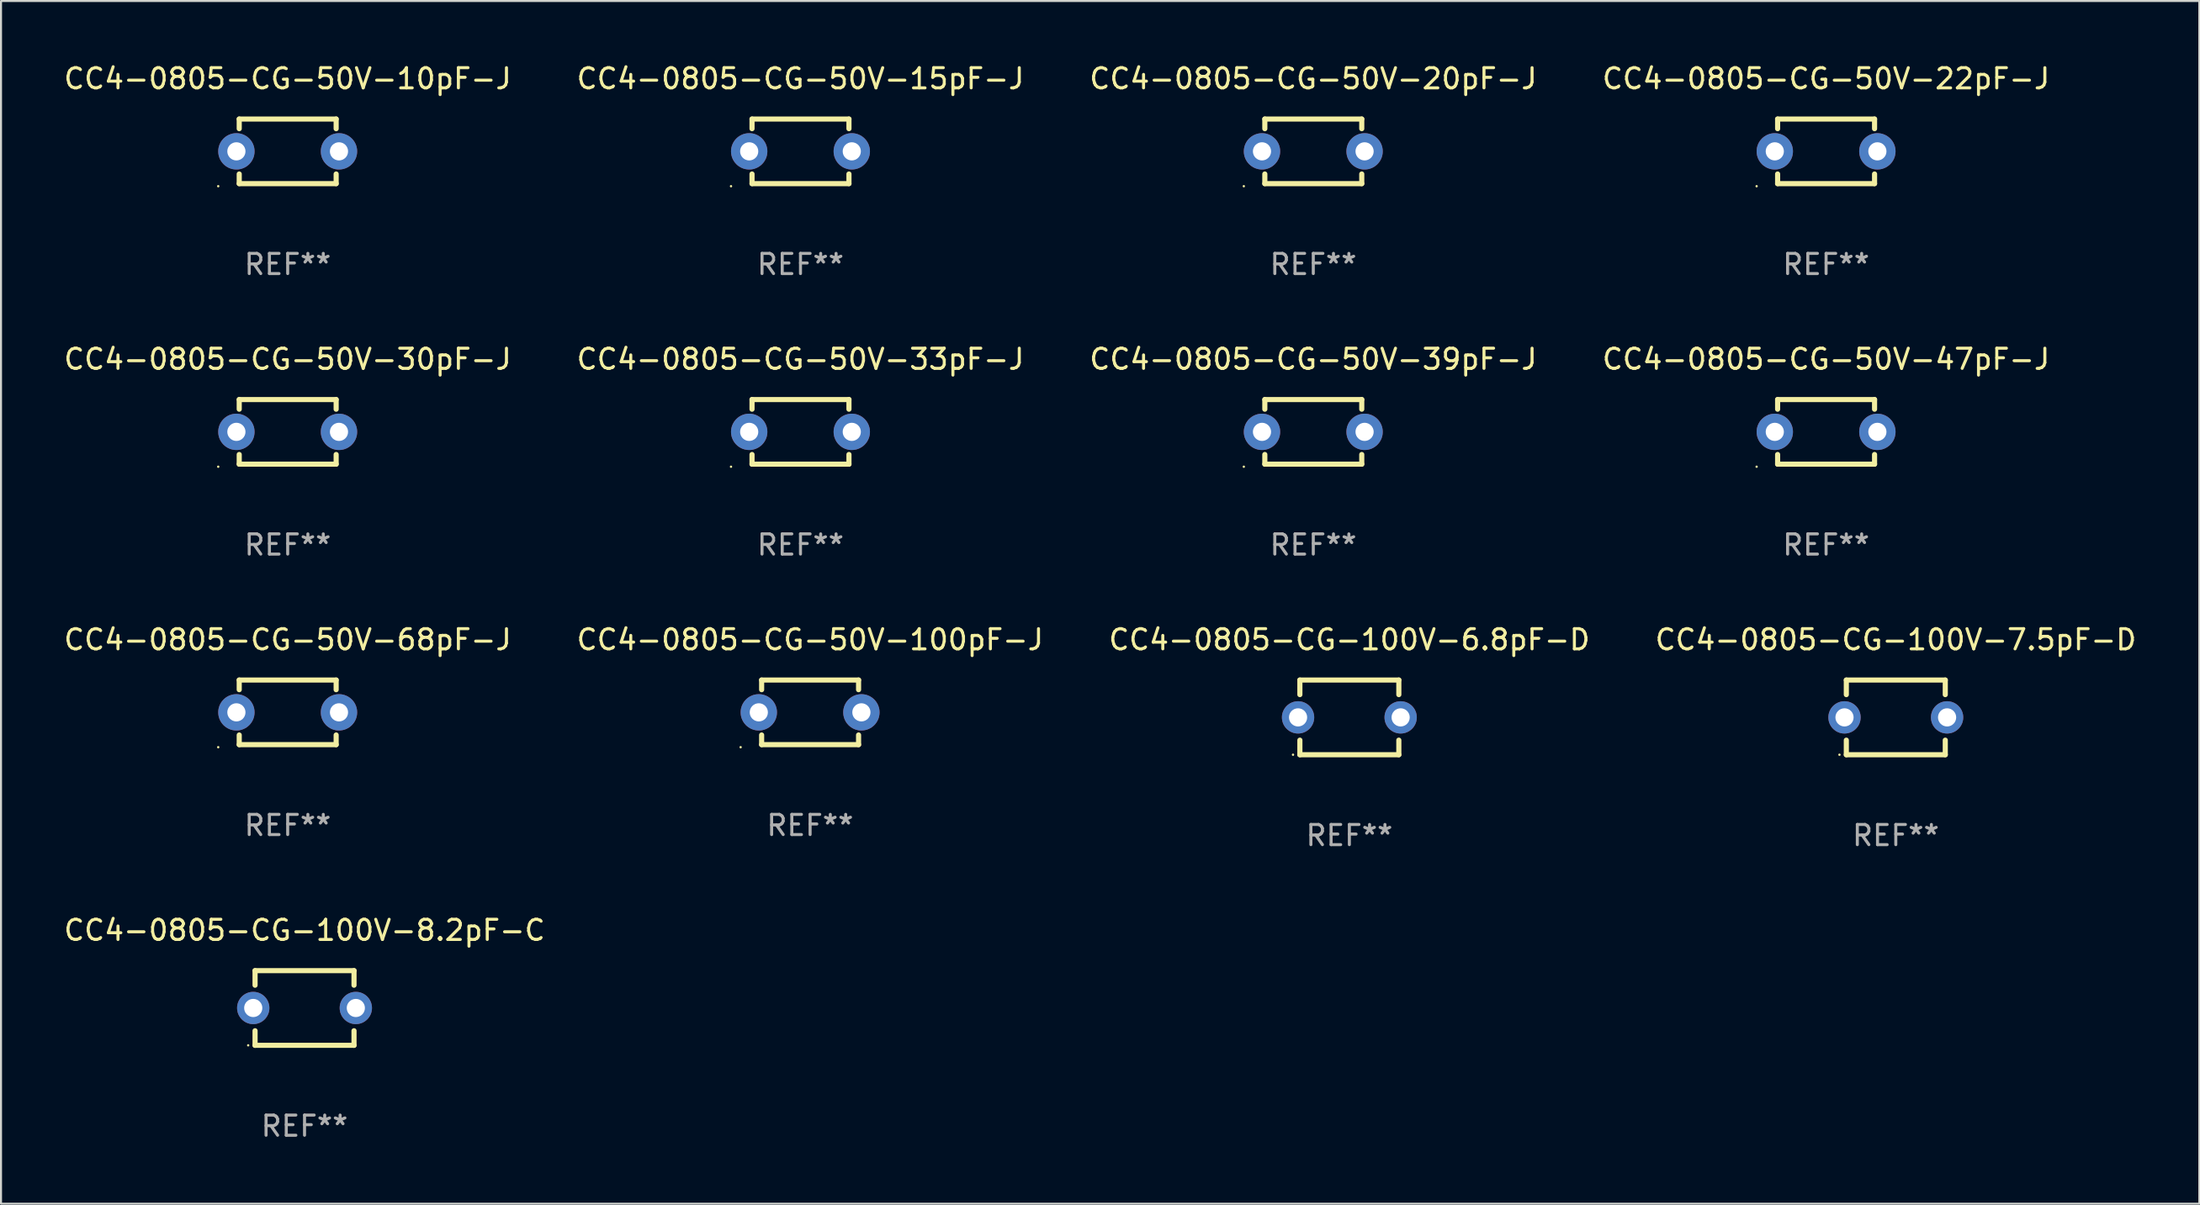
<source format=kicad_pcb>
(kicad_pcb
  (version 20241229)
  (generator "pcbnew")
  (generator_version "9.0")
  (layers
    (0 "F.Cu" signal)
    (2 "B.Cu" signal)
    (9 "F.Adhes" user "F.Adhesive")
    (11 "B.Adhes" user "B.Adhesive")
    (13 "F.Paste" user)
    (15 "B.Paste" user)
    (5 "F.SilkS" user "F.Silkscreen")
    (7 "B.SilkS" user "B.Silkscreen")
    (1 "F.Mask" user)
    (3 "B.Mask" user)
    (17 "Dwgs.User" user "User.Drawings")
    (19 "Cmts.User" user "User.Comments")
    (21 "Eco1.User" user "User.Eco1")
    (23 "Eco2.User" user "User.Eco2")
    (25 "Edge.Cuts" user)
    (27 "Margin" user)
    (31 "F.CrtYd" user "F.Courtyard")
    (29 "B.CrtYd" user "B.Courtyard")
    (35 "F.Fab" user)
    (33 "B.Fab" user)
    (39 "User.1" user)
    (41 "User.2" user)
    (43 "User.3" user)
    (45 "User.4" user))
  (footprint "CC4-0805-CG-50V-100pF-J"
    (layer "F.Cu")
    (at 37.065 32.241)
    (property "Reference" "CC4-0805-CG-50V-100pF-J" (at 0 -3.6 0) (layer "F.SilkS") (effects (font (size 1 1) (thickness 0.15))))
    (attr through_hole)
    (fp_line (start -2.4 -1.122) (end -2.4 -1.6) (stroke (width 0.254) (type solid)) (layer "F.SilkS"))
    (fp_line (start -2.4 1.6) (end -2.4 1.122) (stroke (width 0.254) (type solid)) (layer "F.SilkS"))
    (fp_line (start -2.4 -1.6) (end 2.4 -1.6) (stroke (width 0.254) (type solid)) (layer "F.SilkS"))
    (fp_line (start 2.4 1.6) (end -2.4 1.6) (stroke (width 0.254) (type solid)) (layer "F.SilkS"))
    (fp_line (start 2.4 -1.6) (end 2.4 -1.122) (stroke (width 0.254) (type solid)) (layer "F.SilkS"))
    (fp_line (start 2.4 1.122) (end 2.4 1.6) (stroke (width 0.254) (type solid)) (layer "F.SilkS"))
    (fp_circle (center -3.44 1.727) (end -3.41 1.727) (stroke (width 0.06) (type solid)) (fill no) (layer "F.SilkS"))
    (fp_text user "REF**" (at 0 5.6 0) (layer "F.Fab") (effects (font (size 1 1) (thickness 0.15))))
    (pad "1" thru_hole circle (at -2.54 0) (size 1.8 1.8) (drill 0.9) (layers "*.Cu" "*.Mask"))
    (pad "2" thru_hole circle (at 2.54 0) (size 1.8 1.8) (drill 0.9) (layers "*.Cu" "*.Mask")))
  (footprint "CC4-0805-CG-50V-30pF-J"
    (layer "F.Cu")
    (at 11.196 18.345)
    (property "Reference" "CC4-0805-CG-50V-30pF-J" (at 0 -3.6 0) (layer "F.SilkS") (effects (font (size 1 1) (thickness 0.15))))
    (attr through_hole)
    (fp_line (start -2.4 -1.122) (end -2.4 -1.6) (stroke (width 0.254) (type solid)) (layer "F.SilkS"))
    (fp_line (start -2.4 1.6) (end -2.4 1.122) (stroke (width 0.254) (type solid)) (layer "F.SilkS"))
    (fp_line (start -2.4 -1.6) (end 2.4 -1.6) (stroke (width 0.254) (type solid)) (layer "F.SilkS"))
    (fp_line (start 2.4 1.6) (end -2.4 1.6) (stroke (width 0.254) (type solid)) (layer "F.SilkS"))
    (fp_line (start 2.4 -1.6) (end 2.4 -1.122) (stroke (width 0.254) (type solid)) (layer "F.SilkS"))
    (fp_line (start 2.4 1.122) (end 2.4 1.6) (stroke (width 0.254) (type solid)) (layer "F.SilkS"))
    (fp_circle (center -3.44 1.727) (end -3.41 1.727) (stroke (width 0.06) (type solid)) (fill no) (layer "F.SilkS"))
    (fp_text user "REF**" (at 0 5.6 0) (layer "F.Fab") (effects (font (size 1 1) (thickness 0.15))))
    (pad "1" thru_hole circle (at -2.54 0) (size 1.8 1.8) (drill 0.9) (layers "*.Cu" "*.Mask"))
    (pad "2" thru_hole circle (at 2.54 0) (size 1.8 1.8) (drill 0.9) (layers "*.Cu" "*.Mask")))
  (footprint "CC4-0805-CG-50V-10pF-J"
    (layer "F.Cu")
    (at 11.196 4.448)
    (property "Reference" "CC4-0805-CG-50V-10pF-J" (at 0 -3.6 0) (layer "F.SilkS") (effects (font (size 1 1) (thickness 0.15))))
    (attr through_hole)
    (fp_line (start -2.4 -1.122) (end -2.4 -1.6) (stroke (width 0.254) (type solid)) (layer "F.SilkS"))
    (fp_line (start -2.4 1.6) (end -2.4 1.122) (stroke (width 0.254) (type solid)) (layer "F.SilkS"))
    (fp_line (start -2.4 -1.6) (end 2.4 -1.6) (stroke (width 0.254) (type solid)) (layer "F.SilkS"))
    (fp_line (start 2.4 1.6) (end -2.4 1.6) (stroke (width 0.254) (type solid)) (layer "F.SilkS"))
    (fp_line (start 2.4 -1.6) (end 2.4 -1.122) (stroke (width 0.254) (type solid)) (layer "F.SilkS"))
    (fp_line (start 2.4 1.122) (end 2.4 1.6) (stroke (width 0.254) (type solid)) (layer "F.SilkS"))
    (fp_circle (center -3.44 1.727) (end -3.41 1.727) (stroke (width 0.06) (type solid)) (fill no) (layer "F.SilkS"))
    (fp_text user "REF**" (at 0 5.6 0) (layer "F.Fab") (effects (font (size 1 1) (thickness 0.15))))
    (pad "1" thru_hole circle (at -2.54 0) (size 1.8 1.8) (drill 0.9) (layers "*.Cu" "*.Mask"))
    (pad "2" thru_hole circle (at 2.54 0) (size 1.8 1.8) (drill 0.9) (layers "*.Cu" "*.Mask")))
  (footprint "CC4-0805-CG-50V-39pF-J"
    (layer "F.Cu")
    (at 61.982 18.345)
    (property "Reference" "CC4-0805-CG-50V-39pF-J" (at 0 -3.6 0) (layer "F.SilkS") (effects (font (size 1 1) (thickness 0.15))))
    (attr through_hole)
    (fp_line (start -2.4 -1.122) (end -2.4 -1.6) (stroke (width 0.254) (type solid)) (layer "F.SilkS"))
    (fp_line (start -2.4 1.6) (end -2.4 1.122) (stroke (width 0.254) (type solid)) (layer "F.SilkS"))
    (fp_line (start -2.4 -1.6) (end 2.4 -1.6) (stroke (width 0.254) (type solid)) (layer "F.SilkS"))
    (fp_line (start 2.4 1.6) (end -2.4 1.6) (stroke (width 0.254) (type solid)) (layer "F.SilkS"))
    (fp_line (start 2.4 -1.6) (end 2.4 -1.122) (stroke (width 0.254) (type solid)) (layer "F.SilkS"))
    (fp_line (start 2.4 1.122) (end 2.4 1.6) (stroke (width 0.254) (type solid)) (layer "F.SilkS"))
    (fp_circle (center -3.44 1.727) (end -3.41 1.727) (stroke (width 0.06) (type solid)) (fill no) (layer "F.SilkS"))
    (fp_text user "REF**" (at 0 5.6 0) (layer "F.Fab") (effects (font (size 1 1) (thickness 0.15))))
    (pad "1" thru_hole circle (at -2.54 0) (size 1.8 1.8) (drill 0.9) (layers "*.Cu" "*.Mask"))
    (pad "2" thru_hole circle (at 2.54 0) (size 1.8 1.8) (drill 0.9) (layers "*.Cu" "*.Mask")))
  (footprint "CC4-0805-CG-50V-68pF-J"
    (layer "F.Cu")
    (at 11.196 32.241)
    (property "Reference" "CC4-0805-CG-50V-68pF-J" (at 0 -3.6 0) (layer "F.SilkS") (effects (font (size 1 1) (thickness 0.15))))
    (attr through_hole)
    (fp_line (start -2.4 -1.122) (end -2.4 -1.6) (stroke (width 0.254) (type solid)) (layer "F.SilkS"))
    (fp_line (start -2.4 1.6) (end -2.4 1.122) (stroke (width 0.254) (type solid)) (layer "F.SilkS"))
    (fp_line (start -2.4 -1.6) (end 2.4 -1.6) (stroke (width 0.254) (type solid)) (layer "F.SilkS"))
    (fp_line (start 2.4 1.6) (end -2.4 1.6) (stroke (width 0.254) (type solid)) (layer "F.SilkS"))
    (fp_line (start 2.4 -1.6) (end 2.4 -1.122) (stroke (width 0.254) (type solid)) (layer "F.SilkS"))
    (fp_line (start 2.4 1.122) (end 2.4 1.6) (stroke (width 0.254) (type solid)) (layer "F.SilkS"))
    (fp_circle (center -3.44 1.727) (end -3.41 1.727) (stroke (width 0.06) (type solid)) (fill no) (layer "F.SilkS"))
    (fp_text user "REF**" (at 0 5.6 0) (layer "F.Fab") (effects (font (size 1 1) (thickness 0.15))))
    (pad "1" thru_hole circle (at -2.54 0) (size 1.8 1.8) (drill 0.9) (layers "*.Cu" "*.Mask"))
    (pad "2" thru_hole circle (at 2.54 0) (size 1.8 1.8) (drill 0.9) (layers "*.Cu" "*.Mask")))
  (footprint "CC4-0805-CG-100V-6.8pF-D"
    (layer "F.Cu")
    (at 63.768 32.491)
    (property "Reference" "CC4-0805-CG-100V-6.8pF-D" (at 0 -3.85 0) (layer "F.SilkS") (effects (font (size 1 1) (thickness 0.15))))
    (attr through_hole)
    (fp_line (start -2.45 -1.85) (end 2.45 -1.85) (stroke (width 0.254) (type solid)) (layer "F.SilkS"))
    (fp_line (start -2.45 -1.128) (end -2.45 -1.85) (stroke (width 0.254) (type solid)) (layer "F.SilkS"))
    (fp_line (start -2.45 1.85) (end -2.45 1.128) (stroke (width 0.254) (type solid)) (layer "F.SilkS"))
    (fp_line (start 2.45 -1.85) (end 2.45 -1.128) (stroke (width 0.254) (type solid)) (layer "F.SilkS"))
    (fp_line (start 2.45 1.128) (end 2.45 1.85) (stroke (width 0.254) (type solid)) (layer "F.SilkS"))
    (fp_line (start 2.45 1.85) (end -2.45 1.85) (stroke (width 0.254) (type solid)) (layer "F.SilkS"))
    (fp_circle (center -2.79 1.85) (end -2.76 1.85) (stroke (width 0.06) (type solid)) (fill no) (layer "F.SilkS"))
    (fp_text user "REF**" (at 0 5.85 0) (layer "F.Fab") (effects (font (size 1 1) (thickness 0.15))))
    (pad "1" thru_hole circle (at -2.54 0) (size 1.6 1.6) (drill 0.9) (layers "*.Cu" "*.Mask"))
    (pad "2" thru_hole circle (at 2.54 0) (size 1.6 1.6) (drill 0.9) (layers "*.Cu" "*.Mask")))
  (footprint "CC4-0805-CG-50V-33pF-J"
    (layer "F.Cu")
    (at 36.589 18.345)
    (property "Reference" "CC4-0805-CG-50V-33pF-J" (at 0 -3.6 0) (layer "F.SilkS") (effects (font (size 1 1) (thickness 0.15))))
    (attr through_hole)
    (fp_line (start -2.4 -1.122) (end -2.4 -1.6) (stroke (width 0.254) (type solid)) (layer "F.SilkS"))
    (fp_line (start -2.4 1.6) (end -2.4 1.122) (stroke (width 0.254) (type solid)) (layer "F.SilkS"))
    (fp_line (start -2.4 -1.6) (end 2.4 -1.6) (stroke (width 0.254) (type solid)) (layer "F.SilkS"))
    (fp_line (start 2.4 1.6) (end -2.4 1.6) (stroke (width 0.254) (type solid)) (layer "F.SilkS"))
    (fp_line (start 2.4 -1.6) (end 2.4 -1.122) (stroke (width 0.254) (type solid)) (layer "F.SilkS"))
    (fp_line (start 2.4 1.122) (end 2.4 1.6) (stroke (width 0.254) (type solid)) (layer "F.SilkS"))
    (fp_circle (center -3.44 1.727) (end -3.41 1.727) (stroke (width 0.06) (type solid)) (fill no) (layer "F.SilkS"))
    (fp_text user "REF**" (at 0 5.6 0) (layer "F.Fab") (effects (font (size 1 1) (thickness 0.15))))
    (pad "1" thru_hole circle (at -2.54 0) (size 1.8 1.8) (drill 0.9) (layers "*.Cu" "*.Mask"))
    (pad "2" thru_hole circle (at 2.54 0) (size 1.8 1.8) (drill 0.9) (layers "*.Cu" "*.Mask")))
  (footprint "CC4-0805-CG-50V-15pF-J"
    (layer "F.Cu")
    (at 36.589 4.448)
    (property "Reference" "CC4-0805-CG-50V-15pF-J" (at 0 -3.6 0) (layer "F.SilkS") (effects (font (size 1 1) (thickness 0.15))))
    (attr through_hole)
    (fp_line (start -2.4 -1.122) (end -2.4 -1.6) (stroke (width 0.254) (type solid)) (layer "F.SilkS"))
    (fp_line (start -2.4 1.6) (end -2.4 1.122) (stroke (width 0.254) (type solid)) (layer "F.SilkS"))
    (fp_line (start -2.4 -1.6) (end 2.4 -1.6) (stroke (width 0.254) (type solid)) (layer "F.SilkS"))
    (fp_line (start 2.4 1.6) (end -2.4 1.6) (stroke (width 0.254) (type solid)) (layer "F.SilkS"))
    (fp_line (start 2.4 -1.6) (end 2.4 -1.122) (stroke (width 0.254) (type solid)) (layer "F.SilkS"))
    (fp_line (start 2.4 1.122) (end 2.4 1.6) (stroke (width 0.254) (type solid)) (layer "F.SilkS"))
    (fp_circle (center -3.44 1.727) (end -3.41 1.727) (stroke (width 0.06) (type solid)) (fill no) (layer "F.SilkS"))
    (fp_text user "REF**" (at 0 5.6 0) (layer "F.Fab") (effects (font (size 1 1) (thickness 0.15))))
    (pad "1" thru_hole circle (at -2.54 0) (size 1.8 1.8) (drill 0.9) (layers "*.Cu" "*.Mask"))
    (pad "2" thru_hole circle (at 2.54 0) (size 1.8 1.8) (drill 0.9) (layers "*.Cu" "*.Mask")))
  (footprint "CC4-0805-CG-100V-7.5pF-D"
    (layer "F.Cu")
    (at 90.827 32.491)
    (property "Reference" "CC4-0805-CG-100V-7.5pF-D" (at 0 -3.85 0) (layer "F.SilkS") (effects (font (size 1 1) (thickness 0.15))))
    (attr through_hole)
    (fp_line (start -2.45 -1.85) (end 2.45 -1.85) (stroke (width 0.254) (type solid)) (layer "F.SilkS"))
    (fp_line (start -2.45 -1.128) (end -2.45 -1.85) (stroke (width 0.254) (type solid)) (layer "F.SilkS"))
    (fp_line (start -2.45 1.85) (end -2.45 1.128) (stroke (width 0.254) (type solid)) (layer "F.SilkS"))
    (fp_line (start 2.45 -1.85) (end 2.45 -1.128) (stroke (width 0.254) (type solid)) (layer "F.SilkS"))
    (fp_line (start 2.45 1.128) (end 2.45 1.85) (stroke (width 0.254) (type solid)) (layer "F.SilkS"))
    (fp_line (start 2.45 1.85) (end -2.45 1.85) (stroke (width 0.254) (type solid)) (layer "F.SilkS"))
    (fp_circle (center -2.79 1.85) (end -2.76 1.85) (stroke (width 0.06) (type solid)) (fill no) (layer "F.SilkS"))
    (fp_text user "REF**" (at 0 5.85 0) (layer "F.Fab") (effects (font (size 1 1) (thickness 0.15))))
    (pad "1" thru_hole circle (at -2.54 0) (size 1.6 1.6) (drill 0.9) (layers "*.Cu" "*.Mask"))
    (pad "2" thru_hole circle (at 2.54 0) (size 1.6 1.6) (drill 0.9) (layers "*.Cu" "*.Mask")))
  (footprint "CC4-0805-CG-50V-47pF-J"
    (layer "F.Cu")
    (at 87.375 18.345)
    (property "Reference" "CC4-0805-CG-50V-47pF-J" (at 0 -3.6 0) (layer "F.SilkS") (effects (font (size 1 1) (thickness 0.15))))
    (attr through_hole)
    (fp_line (start -2.4 -1.122) (end -2.4 -1.6) (stroke (width 0.254) (type solid)) (layer "F.SilkS"))
    (fp_line (start -2.4 1.6) (end -2.4 1.122) (stroke (width 0.254) (type solid)) (layer "F.SilkS"))
    (fp_line (start -2.4 -1.6) (end 2.4 -1.6) (stroke (width 0.254) (type solid)) (layer "F.SilkS"))
    (fp_line (start 2.4 1.6) (end -2.4 1.6) (stroke (width 0.254) (type solid)) (layer "F.SilkS"))
    (fp_line (start 2.4 -1.6) (end 2.4 -1.122) (stroke (width 0.254) (type solid)) (layer "F.SilkS"))
    (fp_line (start 2.4 1.122) (end 2.4 1.6) (stroke (width 0.254) (type solid)) (layer "F.SilkS"))
    (fp_circle (center -3.44 1.727) (end -3.41 1.727) (stroke (width 0.06) (type solid)) (fill no) (layer "F.SilkS"))
    (fp_text user "REF**" (at 0 5.6 0) (layer "F.Fab") (effects (font (size 1 1) (thickness 0.15))))
    (pad "1" thru_hole circle (at -2.54 0) (size 1.8 1.8) (drill 0.9) (layers "*.Cu" "*.Mask"))
    (pad "2" thru_hole circle (at 2.54 0) (size 1.8 1.8) (drill 0.9) (layers "*.Cu" "*.Mask")))
  (footprint "CC4-0805-CG-50V-20pF-J"
    (layer "F.Cu")
    (at 61.982 4.448)
    (property "Reference" "CC4-0805-CG-50V-20pF-J" (at 0 -3.6 0) (layer "F.SilkS") (effects (font (size 1 1) (thickness 0.15))))
    (attr through_hole)
    (fp_line (start -2.4 -1.122) (end -2.4 -1.6) (stroke (width 0.254) (type solid)) (layer "F.SilkS"))
    (fp_line (start -2.4 1.6) (end -2.4 1.122) (stroke (width 0.254) (type solid)) (layer "F.SilkS"))
    (fp_line (start -2.4 -1.6) (end 2.4 -1.6) (stroke (width 0.254) (type solid)) (layer "F.SilkS"))
    (fp_line (start 2.4 1.6) (end -2.4 1.6) (stroke (width 0.254) (type solid)) (layer "F.SilkS"))
    (fp_line (start 2.4 -1.6) (end 2.4 -1.122) (stroke (width 0.254) (type solid)) (layer "F.SilkS"))
    (fp_line (start 2.4 1.122) (end 2.4 1.6) (stroke (width 0.254) (type solid)) (layer "F.SilkS"))
    (fp_circle (center -3.44 1.727) (end -3.41 1.727) (stroke (width 0.06) (type solid)) (fill no) (layer "F.SilkS"))
    (fp_text user "REF**" (at 0 5.6 0) (layer "F.Fab") (effects (font (size 1 1) (thickness 0.15))))
    (pad "1" thru_hole circle (at -2.54 0) (size 1.8 1.8) (drill 0.9) (layers "*.Cu" "*.Mask"))
    (pad "2" thru_hole circle (at 2.54 0) (size 1.8 1.8) (drill 0.9) (layers "*.Cu" "*.Mask")))
  (footprint "CC4-0805-CG-100V-8.2pF-C"
    (layer "F.Cu")
    (at 12.03 46.888)
    (property "Reference" "CC4-0805-CG-100V-8.2pF-C" (at 0 -3.85 0) (layer "F.SilkS") (effects (font (size 1 1) (thickness 0.15))))
    (attr through_hole)
    (fp_line (start -2.45 -1.85) (end 2.45 -1.85) (stroke (width 0.254) (type solid)) (layer "F.SilkS"))
    (fp_line (start -2.45 -1.128) (end -2.45 -1.85) (stroke (width 0.254) (type solid)) (layer "F.SilkS"))
    (fp_line (start -2.45 1.85) (end -2.45 1.128) (stroke (width 0.254) (type solid)) (layer "F.SilkS"))
    (fp_line (start 2.45 -1.85) (end 2.45 -1.128) (stroke (width 0.254) (type solid)) (layer "F.SilkS"))
    (fp_line (start 2.45 1.128) (end 2.45 1.85) (stroke (width 0.254) (type solid)) (layer "F.SilkS"))
    (fp_line (start 2.45 1.85) (end -2.45 1.85) (stroke (width 0.254) (type solid)) (layer "F.SilkS"))
    (fp_circle (center -2.79 1.85) (end -2.76 1.85) (stroke (width 0.06) (type solid)) (fill no) (layer "F.SilkS"))
    (fp_text user "REF**" (at 0 5.85 0) (layer "F.Fab") (effects (font (size 1 1) (thickness 0.15))))
    (pad "1" thru_hole circle (at -2.54 0) (size 1.6 1.6) (drill 0.9) (layers "*.Cu" "*.Mask"))
    (pad "2" thru_hole circle (at 2.54 0) (size 1.6 1.6) (drill 0.9) (layers "*.Cu" "*.Mask")))
  (footprint "CC4-0805-CG-50V-22pF-J"
    (layer "F.Cu")
    (at 87.375 4.448)
    (property "Reference" "CC4-0805-CG-50V-22pF-J" (at 0 -3.6 0) (layer "F.SilkS") (effects (font (size 1 1) (thickness 0.15))))
    (attr through_hole)
    (fp_line (start -2.4 -1.122) (end -2.4 -1.6) (stroke (width 0.254) (type solid)) (layer "F.SilkS"))
    (fp_line (start -2.4 1.6) (end -2.4 1.122) (stroke (width 0.254) (type solid)) (layer "F.SilkS"))
    (fp_line (start -2.4 -1.6) (end 2.4 -1.6) (stroke (width 0.254) (type solid)) (layer "F.SilkS"))
    (fp_line (start 2.4 1.6) (end -2.4 1.6) (stroke (width 0.254) (type solid)) (layer "F.SilkS"))
    (fp_line (start 2.4 -1.6) (end 2.4 -1.122) (stroke (width 0.254) (type solid)) (layer "F.SilkS"))
    (fp_line (start 2.4 1.122) (end 2.4 1.6) (stroke (width 0.254) (type solid)) (layer "F.SilkS"))
    (fp_circle (center -3.44 1.727) (end -3.41 1.727) (stroke (width 0.06) (type solid)) (fill no) (layer "F.SilkS"))
    (fp_text user "REF**" (at 0 5.6 0) (layer "F.Fab") (effects (font (size 1 1) (thickness 0.15))))
    (pad "1" thru_hole circle (at -2.54 0) (size 1.8 1.8) (drill 0.9) (layers "*.Cu" "*.Mask"))
    (pad "2" thru_hole circle (at 2.54 0) (size 1.8 1.8) (drill 0.9) (layers "*.Cu" "*.Mask")))
  (gr_rect
    (start -3 -3)
    (end 105.857 56.586)
    (stroke (width 0.1) (type default))
    (fill no)
    (layer "Edge.Cuts")))
</source>
